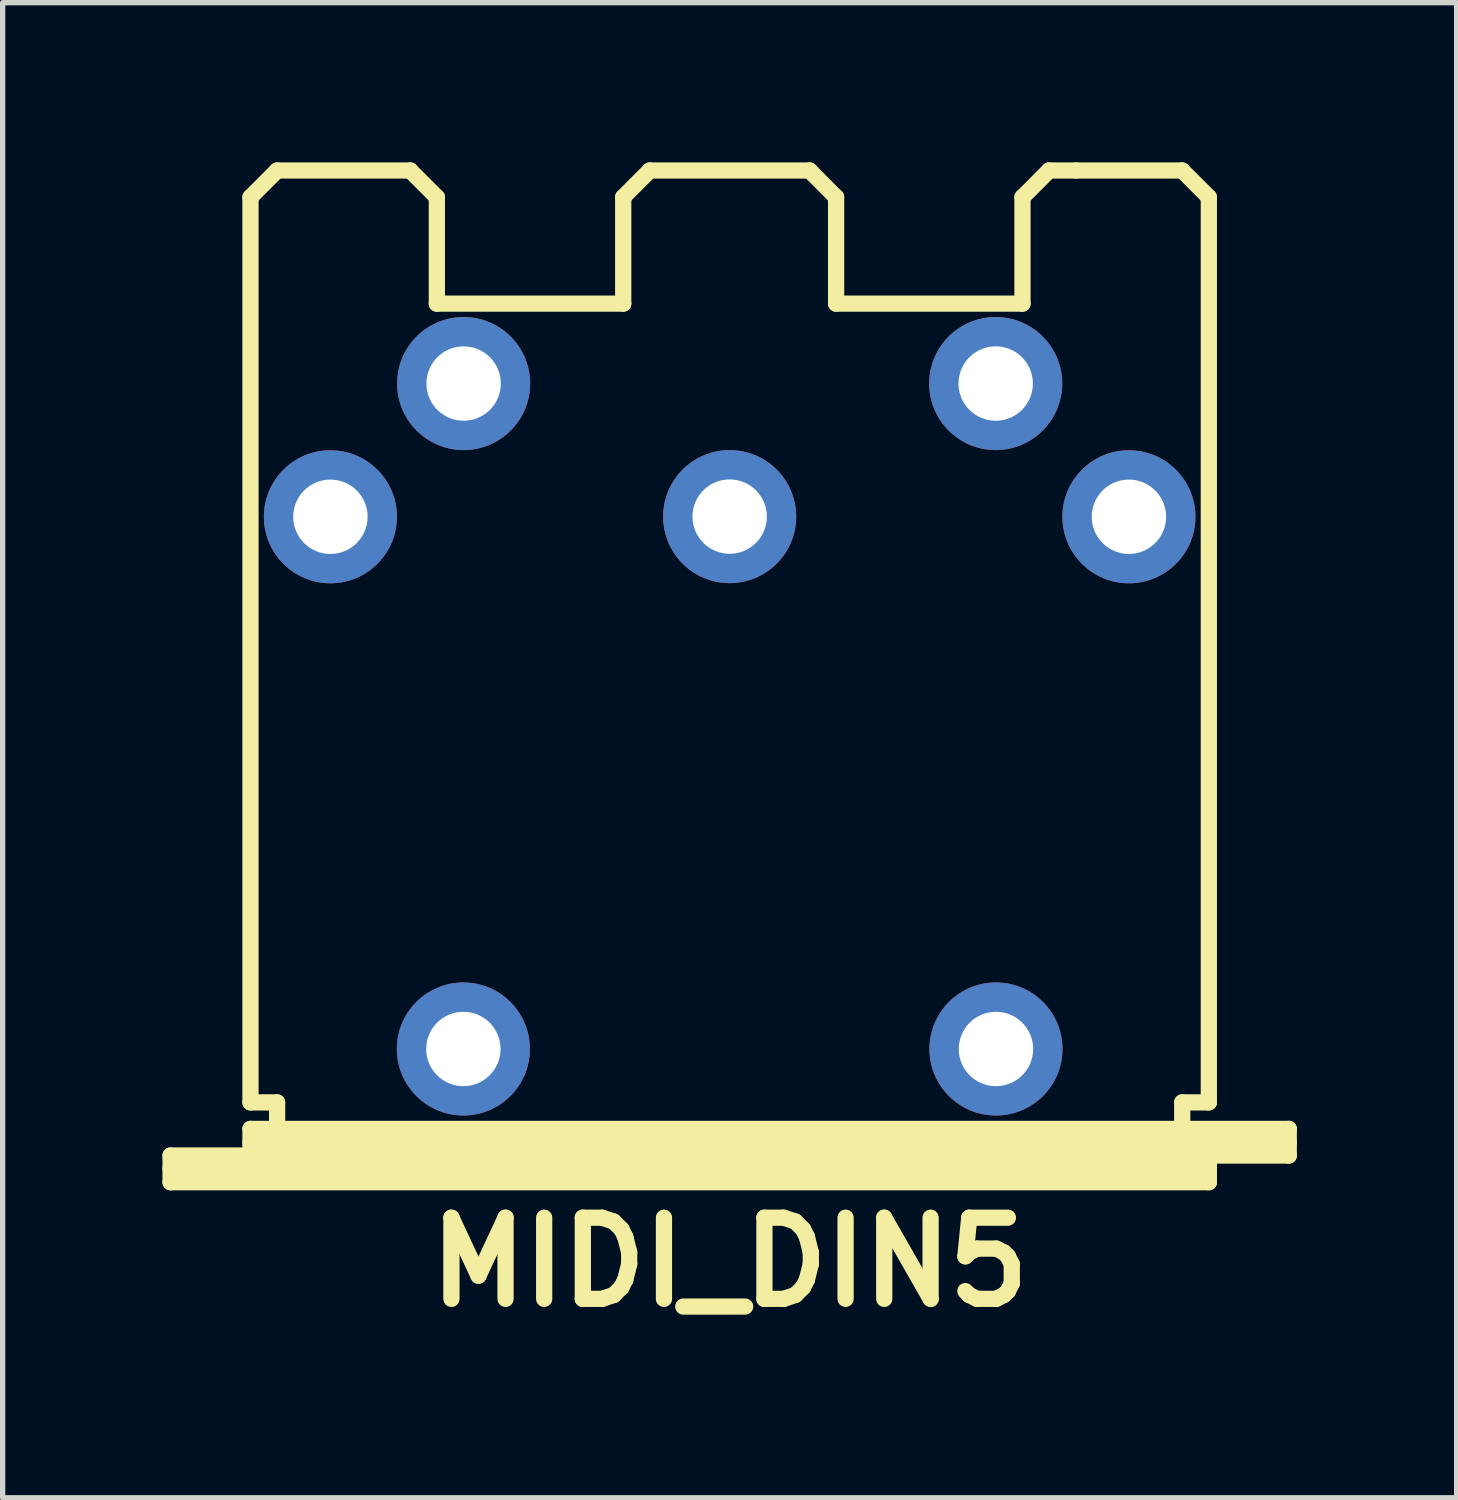
<source format=kicad_pcb>
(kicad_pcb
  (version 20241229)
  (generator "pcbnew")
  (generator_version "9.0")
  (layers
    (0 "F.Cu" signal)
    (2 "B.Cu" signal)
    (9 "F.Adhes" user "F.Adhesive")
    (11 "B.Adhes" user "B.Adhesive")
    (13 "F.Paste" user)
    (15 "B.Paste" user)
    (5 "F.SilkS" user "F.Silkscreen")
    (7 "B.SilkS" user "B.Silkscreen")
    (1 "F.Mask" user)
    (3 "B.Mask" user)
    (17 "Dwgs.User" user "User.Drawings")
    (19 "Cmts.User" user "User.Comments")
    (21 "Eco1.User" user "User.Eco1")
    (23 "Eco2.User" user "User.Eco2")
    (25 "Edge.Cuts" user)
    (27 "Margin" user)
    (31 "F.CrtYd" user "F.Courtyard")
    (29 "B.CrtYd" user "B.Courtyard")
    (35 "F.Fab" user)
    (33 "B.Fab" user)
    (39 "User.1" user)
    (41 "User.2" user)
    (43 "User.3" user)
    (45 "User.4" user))
  (footprint "MIDI_DIN5"
    (layer "F.Cu")
    (at 10.653 9.652)
    (property "Reference" "MIDI_DIN5" (at 0 11.001 0) (layer "F.SilkS") (effects (font (size 1.524 1.524) (thickness 0.305))))
    (attr through_hole)
    (fp_line (start -10.5 8.999) (end -8.999 8.999) (stroke (width 0.305) (type solid)) (layer "F.SilkS"))
    (fp_line (start -10.5 9.251) (end 8.999 9.251) (stroke (width 0.305) (type solid)) (layer "F.SilkS"))
    (fp_line (start -10.5 9.5) (end -10.5 8.999) (stroke (width 0.305) (type solid)) (layer "F.SilkS"))
    (fp_line (start -8.999 -8.999) (end -8.999 8.001) (stroke (width 0.305) (type solid)) (layer "F.SilkS"))
    (fp_line (start -8.999 -8.999) (end -8.499 -9.5) (stroke (width 0.305) (type solid)) (layer "F.SilkS"))
    (fp_line (start -8.999 8.001) (end -8.499 8.001) (stroke (width 0.305) (type solid)) (layer "F.SilkS"))
    (fp_line (start -8.999 8.499) (end 10.5 8.499) (stroke (width 0.305) (type solid)) (layer "F.SilkS"))
    (fp_line (start -8.999 8.75) (end 10.5 8.75) (stroke (width 0.305) (type solid)) (layer "F.SilkS"))
    (fp_line (start -8.999 8.999) (end -8.999 8.499) (stroke (width 0.305) (type solid)) (layer "F.SilkS"))
    (fp_line (start -8.499 -9.5) (end -5.999 -9.5) (stroke (width 0.305) (type solid)) (layer "F.SilkS"))
    (fp_line (start -8.499 8.001) (end -8.499 8.499) (stroke (width 0.305) (type solid)) (layer "F.SilkS"))
    (fp_line (start -5.999 -9.5) (end -5.499 -8.999) (stroke (width 0.305) (type solid)) (layer "F.SilkS"))
    (fp_line (start -5.499 -8.999) (end -5.499 -7) (stroke (width 0.305) (type solid)) (layer "F.SilkS"))
    (fp_line (start -5.499 -7) (end -1.999 -7) (stroke (width 0.305) (type solid)) (layer "F.SilkS"))
    (fp_line (start -1.999 -8.999) (end -1.999 -7) (stroke (width 0.305) (type solid)) (layer "F.SilkS"))
    (fp_line (start -1.501 -9.5) (end -1.999 -8.999) (stroke (width 0.305) (type solid)) (layer "F.SilkS"))
    (fp_line (start -1.501 -9.5) (end 1.501 -9.5) (stroke (width 0.305) (type solid)) (layer "F.SilkS"))
    (fp_line (start 1.501 -9.5) (end 1.999 -8.999) (stroke (width 0.305) (type solid)) (layer "F.SilkS"))
    (fp_line (start 1.999 -8.999) (end 1.999 -7) (stroke (width 0.305) (type solid)) (layer "F.SilkS"))
    (fp_line (start 5.499 -8.999) (end 5.499 -7) (stroke (width 0.305) (type solid)) (layer "F.SilkS"))
    (fp_line (start 5.499 -7) (end 1.999 -7) (stroke (width 0.305) (type solid)) (layer "F.SilkS"))
    (fp_line (start 5.999 -9.5) (end 5.499 -8.999) (stroke (width 0.305) (type solid)) (layer "F.SilkS"))
    (fp_line (start 6.5 -9.5) (end 5.999 -9.5) (stroke (width 0.305) (type solid)) (layer "F.SilkS"))
    (fp_line (start 8.499 -9.5) (end 6.5 -9.5) (stroke (width 0.305) (type solid)) (layer "F.SilkS"))
    (fp_line (start 8.499 8.499) (end 8.499 8.001) (stroke (width 0.305) (type solid)) (layer "F.SilkS"))
    (fp_line (start 8.999 -8.999) (end 8.499 -9.5) (stroke (width 0.305) (type solid)) (layer "F.SilkS"))
    (fp_line (start 8.999 -8.999) (end 8.999 8.001) (stroke (width 0.305) (type solid)) (layer "F.SilkS"))
    (fp_line (start 8.999 8.001) (end 8.499 8.001) (stroke (width 0.305) (type solid)) (layer "F.SilkS"))
    (fp_line (start 8.999 8.999) (end -8.999 8.999) (stroke (width 0.305) (type solid)) (layer "F.SilkS"))
    (fp_line (start 8.999 8.999) (end 8.999 9.5) (stroke (width 0.305) (type solid)) (layer "F.SilkS"))
    (fp_line (start 8.999 9.5) (end -10.5 9.5) (stroke (width 0.305) (type solid)) (layer "F.SilkS"))
    (fp_line (start 10.5 8.499) (end 10.5 8.999) (stroke (width 0.305) (type solid)) (layer "F.SilkS"))
    (fp_line (start 10.5 8.999) (end 8.999 8.999) (stroke (width 0.305) (type solid)) (layer "F.SilkS"))
    (pad "" np_thru_hole circle (at -5.001 6.998) (size 2.499 2.499) (drill 1.397) (layers "*.Cu" "*.Mask"))
    (pad "" np_thru_hole circle (at 5.001 6.998) (size 2.499 2.499) (drill 1.397) (layers "*.Cu" "*.Mask"))
    (pad "1" thru_hole circle (at 7.498 -2.997) (size 2.499 2.499) (drill 1.397) (layers "*.Cu" "*.Mask"))
    (pad "2" thru_hole circle (at 0 -3) (size 2.499 2.499) (drill 1.397) (layers "*.Cu" "*.Mask"))
    (pad "3" thru_hole circle (at -7.498 -2.997) (size 2.499 2.499) (drill 1.397) (layers "*.Cu" "*.Mask"))
    (pad "4" thru_hole circle (at 4.996 -5.499) (size 2.499 2.499) (drill 1.397) (layers "*.Cu" "*.Mask"))
    (pad "5" thru_hole circle (at -4.996 -5.499) (size 2.499 2.499) (drill 1.397) (layers "*.Cu" "*.Mask")))
  (gr_rect
    (start -3 -3)
    (end 24.306 25.079)
    (stroke (width 0.1) (type default))
    (fill no)
    (layer "Edge.Cuts")))
</source>
